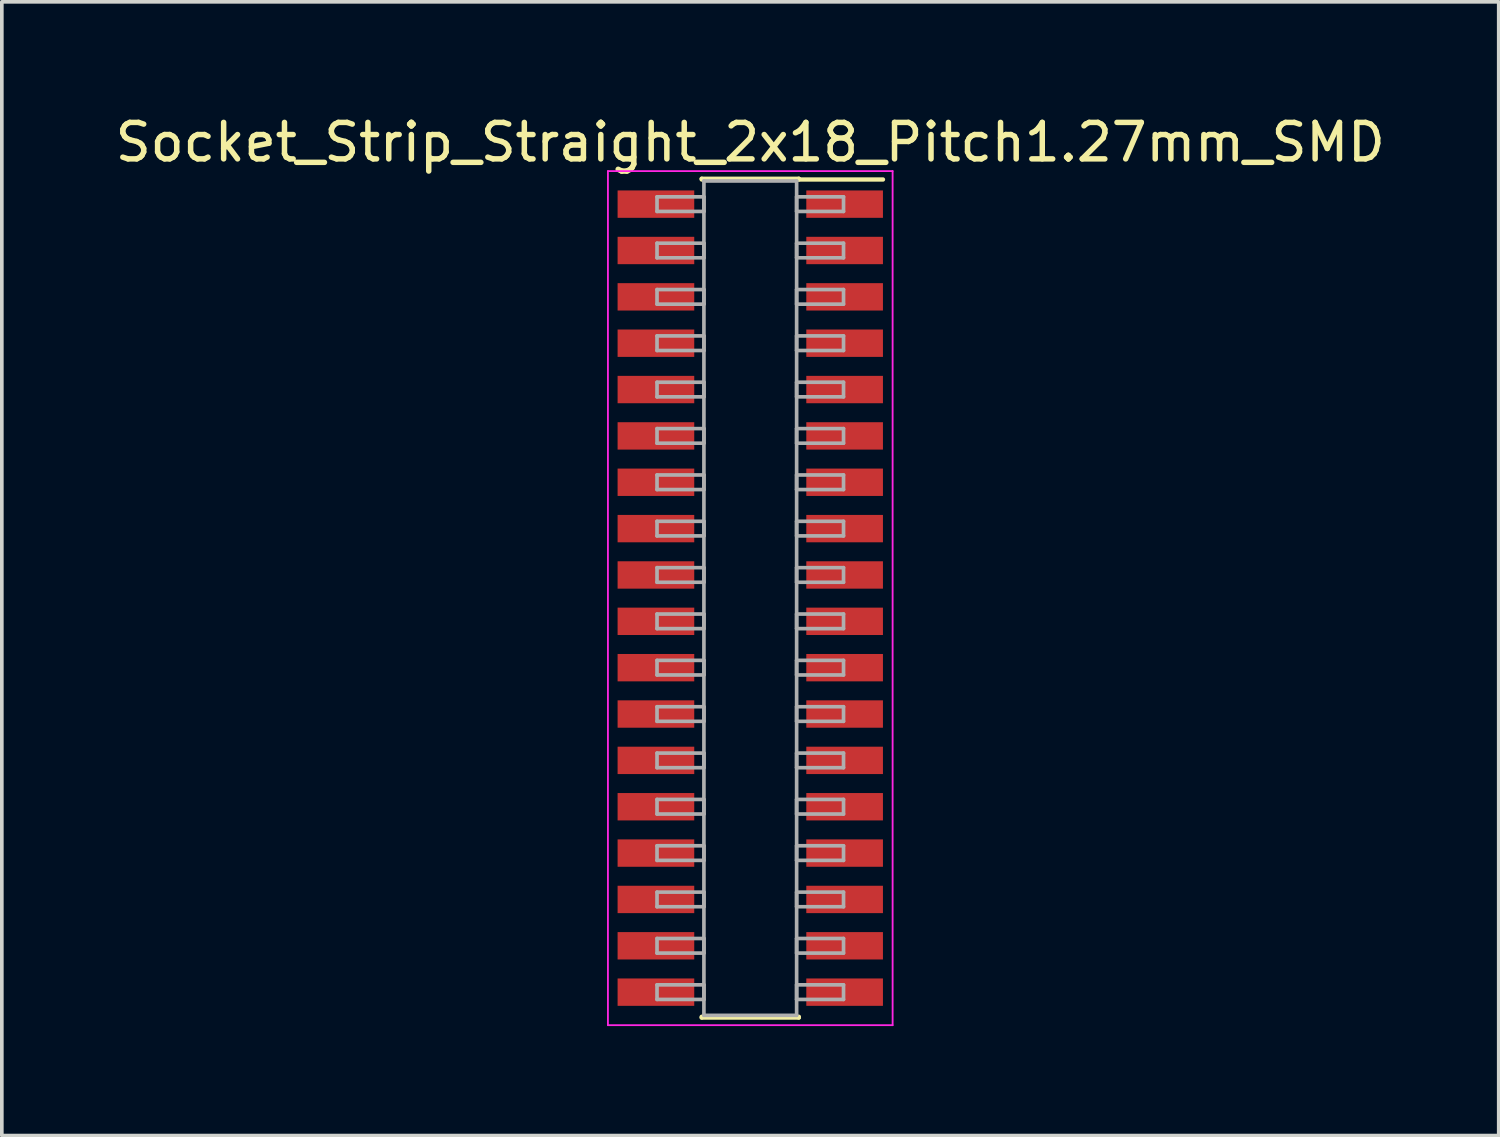
<source format=kicad_pcb>
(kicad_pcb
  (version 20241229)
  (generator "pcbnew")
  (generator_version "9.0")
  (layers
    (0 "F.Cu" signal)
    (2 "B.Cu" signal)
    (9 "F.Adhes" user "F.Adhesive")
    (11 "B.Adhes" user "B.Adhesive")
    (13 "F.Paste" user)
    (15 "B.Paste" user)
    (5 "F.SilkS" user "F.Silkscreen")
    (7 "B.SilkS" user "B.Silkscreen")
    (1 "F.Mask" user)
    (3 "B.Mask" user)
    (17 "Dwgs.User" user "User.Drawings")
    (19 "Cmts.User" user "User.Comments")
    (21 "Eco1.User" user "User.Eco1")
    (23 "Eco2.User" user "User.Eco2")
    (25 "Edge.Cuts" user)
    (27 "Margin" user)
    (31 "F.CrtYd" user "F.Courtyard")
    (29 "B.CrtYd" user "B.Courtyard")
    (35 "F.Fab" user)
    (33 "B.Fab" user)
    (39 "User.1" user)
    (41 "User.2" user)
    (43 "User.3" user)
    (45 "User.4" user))
  (footprint "Socket_Strip_Straight_2x18_Pitch1.27mm_SMD"
    (layer "F.Cu")
    (at 17.506 13.338)
    (property "Reference" "Socket_Strip_Straight_2x18_Pitch1.27mm_SMD" (at 0 -12.49 0) (layer "F.SilkS") (effects (font (size 1 1) (thickness 0.15))))
    (attr smd)
    (fp_line (start -1.33 -11.49) (end 1.33 -11.49) (stroke (width 0.12) (type solid)) (layer "F.SilkS"))
    (fp_line (start -1.33 -11.47) (end -1.33 -11.49) (stroke (width 0.12) (type solid)) (layer "F.SilkS"))
    (fp_line (start -1.33 11.47) (end -1.33 11.49) (stroke (width 0.12) (type solid)) (layer "F.SilkS"))
    (fp_line (start -1.33 11.49) (end 1.33 11.49) (stroke (width 0.12) (type solid)) (layer "F.SilkS"))
    (fp_line (start 1.33 -11.49) (end 1.33 -11.47) (stroke (width 0.12) (type solid)) (layer "F.SilkS"))
    (fp_line (start 1.33 11.49) (end 1.33 11.47) (stroke (width 0.12) (type solid)) (layer "F.SilkS"))
    (fp_line (start 3.635 -11.47) (end 1.33 -11.47) (stroke (width 0.12) (type solid)) (layer "F.SilkS"))
    (fp_line (start -3.9 -11.7) (end -3.9 11.7) (stroke (width 0.05) (type solid)) (layer "F.CrtYd"))
    (fp_line (start -3.9 11.7) (end 3.9 11.7) (stroke (width 0.05) (type solid)) (layer "F.CrtYd"))
    (fp_line (start 3.9 -11.7) (end -3.9 -11.7) (stroke (width 0.05) (type solid)) (layer "F.CrtYd"))
    (fp_line (start 3.9 11.7) (end 3.9 -11.7) (stroke (width 0.05) (type solid)) (layer "F.CrtYd"))
    (fp_line (start -2.555 -10.995) (end -1.27 -10.995) (stroke (width 0.1) (type solid)) (layer "F.Fab"))
    (fp_line (start -2.555 -10.595) (end -2.555 -10.995) (stroke (width 0.1) (type solid)) (layer "F.Fab"))
    (fp_line (start -2.555 -9.725) (end -1.27 -9.725) (stroke (width 0.1) (type solid)) (layer "F.Fab"))
    (fp_line (start -2.555 -9.325) (end -2.555 -9.725) (stroke (width 0.1) (type solid)) (layer "F.Fab"))
    (fp_line (start -2.555 -8.455) (end -1.27 -8.455) (stroke (width 0.1) (type solid)) (layer "F.Fab"))
    (fp_line (start -2.555 -8.055) (end -2.555 -8.455) (stroke (width 0.1) (type solid)) (layer "F.Fab"))
    (fp_line (start -2.555 -7.185) (end -1.27 -7.185) (stroke (width 0.1) (type solid)) (layer "F.Fab"))
    (fp_line (start -2.555 -6.785) (end -2.555 -7.185) (stroke (width 0.1) (type solid)) (layer "F.Fab"))
    (fp_line (start -2.555 -5.915) (end -1.27 -5.915) (stroke (width 0.1) (type solid)) (layer "F.Fab"))
    (fp_line (start -2.555 -5.515) (end -2.555 -5.915) (stroke (width 0.1) (type solid)) (layer "F.Fab"))
    (fp_line (start -2.555 -4.645) (end -1.27 -4.645) (stroke (width 0.1) (type solid)) (layer "F.Fab"))
    (fp_line (start -2.555 -4.245) (end -2.555 -4.645) (stroke (width 0.1) (type solid)) (layer "F.Fab"))
    (fp_line (start -2.555 -3.375) (end -1.27 -3.375) (stroke (width 0.1) (type solid)) (layer "F.Fab"))
    (fp_line (start -2.555 -2.975) (end -2.555 -3.375) (stroke (width 0.1) (type solid)) (layer "F.Fab"))
    (fp_line (start -2.555 -2.105) (end -1.27 -2.105) (stroke (width 0.1) (type solid)) (layer "F.Fab"))
    (fp_line (start -2.555 -1.705) (end -2.555 -2.105) (stroke (width 0.1) (type solid)) (layer "F.Fab"))
    (fp_line (start -2.555 -0.835) (end -1.27 -0.835) (stroke (width 0.1) (type solid)) (layer "F.Fab"))
    (fp_line (start -2.555 -0.435) (end -2.555 -0.835) (stroke (width 0.1) (type solid)) (layer "F.Fab"))
    (fp_line (start -2.555 0.435) (end -1.27 0.435) (stroke (width 0.1) (type solid)) (layer "F.Fab"))
    (fp_line (start -2.555 0.835) (end -2.555 0.435) (stroke (width 0.1) (type solid)) (layer "F.Fab"))
    (fp_line (start -2.555 1.705) (end -1.27 1.705) (stroke (width 0.1) (type solid)) (layer "F.Fab"))
    (fp_line (start -2.555 2.105) (end -2.555 1.705) (stroke (width 0.1) (type solid)) (layer "F.Fab"))
    (fp_line (start -2.555 2.975) (end -1.27 2.975) (stroke (width 0.1) (type solid)) (layer "F.Fab"))
    (fp_line (start -2.555 3.375) (end -2.555 2.975) (stroke (width 0.1) (type solid)) (layer "F.Fab"))
    (fp_line (start -2.555 4.245) (end -1.27 4.245) (stroke (width 0.1) (type solid)) (layer "F.Fab"))
    (fp_line (start -2.555 4.645) (end -2.555 4.245) (stroke (width 0.1) (type solid)) (layer "F.Fab"))
    (fp_line (start -2.555 5.515) (end -1.27 5.515) (stroke (width 0.1) (type solid)) (layer "F.Fab"))
    (fp_line (start -2.555 5.915) (end -2.555 5.515) (stroke (width 0.1) (type solid)) (layer "F.Fab"))
    (fp_line (start -2.555 6.785) (end -1.27 6.785) (stroke (width 0.1) (type solid)) (layer "F.Fab"))
    (fp_line (start -2.555 7.185) (end -2.555 6.785) (stroke (width 0.1) (type solid)) (layer "F.Fab"))
    (fp_line (start -2.555 8.055) (end -1.27 8.055) (stroke (width 0.1) (type solid)) (layer "F.Fab"))
    (fp_line (start -2.555 8.455) (end -2.555 8.055) (stroke (width 0.1) (type solid)) (layer "F.Fab"))
    (fp_line (start -2.555 9.325) (end -1.27 9.325) (stroke (width 0.1) (type solid)) (layer "F.Fab"))
    (fp_line (start -2.555 9.725) (end -2.555 9.325) (stroke (width 0.1) (type solid)) (layer "F.Fab"))
    (fp_line (start -2.555 10.595) (end -1.27 10.595) (stroke (width 0.1) (type solid)) (layer "F.Fab"))
    (fp_line (start -2.555 10.995) (end -2.555 10.595) (stroke (width 0.1) (type solid)) (layer "F.Fab"))
    (fp_line (start -1.27 -11.43) (end -1.27 11.43) (stroke (width 0.1) (type solid)) (layer "F.Fab"))
    (fp_line (start -1.27 -10.995) (end -1.27 -10.595) (stroke (width 0.1) (type solid)) (layer "F.Fab"))
    (fp_line (start -1.27 -10.595) (end -2.555 -10.595) (stroke (width 0.1) (type solid)) (layer "F.Fab"))
    (fp_line (start -1.27 -9.725) (end -1.27 -9.325) (stroke (width 0.1) (type solid)) (layer "F.Fab"))
    (fp_line (start -1.27 -9.325) (end -2.555 -9.325) (stroke (width 0.1) (type solid)) (layer "F.Fab"))
    (fp_line (start -1.27 -8.455) (end -1.27 -8.055) (stroke (width 0.1) (type solid)) (layer "F.Fab"))
    (fp_line (start -1.27 -8.055) (end -2.555 -8.055) (stroke (width 0.1) (type solid)) (layer "F.Fab"))
    (fp_line (start -1.27 -7.185) (end -1.27 -6.785) (stroke (width 0.1) (type solid)) (layer "F.Fab"))
    (fp_line (start -1.27 -6.785) (end -2.555 -6.785) (stroke (width 0.1) (type solid)) (layer "F.Fab"))
    (fp_line (start -1.27 -5.915) (end -1.27 -5.515) (stroke (width 0.1) (type solid)) (layer "F.Fab"))
    (fp_line (start -1.27 -5.515) (end -2.555 -5.515) (stroke (width 0.1) (type solid)) (layer "F.Fab"))
    (fp_line (start -1.27 -4.645) (end -1.27 -4.245) (stroke (width 0.1) (type solid)) (layer "F.Fab"))
    (fp_line (start -1.27 -4.245) (end -2.555 -4.245) (stroke (width 0.1) (type solid)) (layer "F.Fab"))
    (fp_line (start -1.27 -3.375) (end -1.27 -2.975) (stroke (width 0.1) (type solid)) (layer "F.Fab"))
    (fp_line (start -1.27 -2.975) (end -2.555 -2.975) (stroke (width 0.1) (type solid)) (layer "F.Fab"))
    (fp_line (start -1.27 -2.105) (end -1.27 -1.705) (stroke (width 0.1) (type solid)) (layer "F.Fab"))
    (fp_line (start -1.27 -1.705) (end -2.555 -1.705) (stroke (width 0.1) (type solid)) (layer "F.Fab"))
    (fp_line (start -1.27 -0.835) (end -1.27 -0.435) (stroke (width 0.1) (type solid)) (layer "F.Fab"))
    (fp_line (start -1.27 -0.435) (end -2.555 -0.435) (stroke (width 0.1) (type solid)) (layer "F.Fab"))
    (fp_line (start -1.27 0.435) (end -1.27 0.835) (stroke (width 0.1) (type solid)) (layer "F.Fab"))
    (fp_line (start -1.27 0.835) (end -2.555 0.835) (stroke (width 0.1) (type solid)) (layer "F.Fab"))
    (fp_line (start -1.27 1.705) (end -1.27 2.105) (stroke (width 0.1) (type solid)) (layer "F.Fab"))
    (fp_line (start -1.27 2.105) (end -2.555 2.105) (stroke (width 0.1) (type solid)) (layer "F.Fab"))
    (fp_line (start -1.27 2.975) (end -1.27 3.375) (stroke (width 0.1) (type solid)) (layer "F.Fab"))
    (fp_line (start -1.27 3.375) (end -2.555 3.375) (stroke (width 0.1) (type solid)) (layer "F.Fab"))
    (fp_line (start -1.27 4.245) (end -1.27 4.645) (stroke (width 0.1) (type solid)) (layer "F.Fab"))
    (fp_line (start -1.27 4.645) (end -2.555 4.645) (stroke (width 0.1) (type solid)) (layer "F.Fab"))
    (fp_line (start -1.27 5.515) (end -1.27 5.915) (stroke (width 0.1) (type solid)) (layer "F.Fab"))
    (fp_line (start -1.27 5.915) (end -2.555 5.915) (stroke (width 0.1) (type solid)) (layer "F.Fab"))
    (fp_line (start -1.27 6.785) (end -1.27 7.185) (stroke (width 0.1) (type solid)) (layer "F.Fab"))
    (fp_line (start -1.27 7.185) (end -2.555 7.185) (stroke (width 0.1) (type solid)) (layer "F.Fab"))
    (fp_line (start -1.27 8.055) (end -1.27 8.455) (stroke (width 0.1) (type solid)) (layer "F.Fab"))
    (fp_line (start -1.27 8.455) (end -2.555 8.455) (stroke (width 0.1) (type solid)) (layer "F.Fab"))
    (fp_line (start -1.27 9.325) (end -1.27 9.725) (stroke (width 0.1) (type solid)) (layer "F.Fab"))
    (fp_line (start -1.27 9.725) (end -2.555 9.725) (stroke (width 0.1) (type solid)) (layer "F.Fab"))
    (fp_line (start -1.27 10.595) (end -1.27 10.995) (stroke (width 0.1) (type solid)) (layer "F.Fab"))
    (fp_line (start -1.27 10.995) (end -2.555 10.995) (stroke (width 0.1) (type solid)) (layer "F.Fab"))
    (fp_line (start -1.27 11.43) (end 1.27 11.43) (stroke (width 0.1) (type solid)) (layer "F.Fab"))
    (fp_line (start 1.27 -11.43) (end -1.27 -11.43) (stroke (width 0.1) (type solid)) (layer "F.Fab"))
    (fp_line (start 1.27 -10.995) (end 1.27 -10.595) (stroke (width 0.1) (type solid)) (layer "F.Fab"))
    (fp_line (start 1.27 -10.595) (end 2.555 -10.595) (stroke (width 0.1) (type solid)) (layer "F.Fab"))
    (fp_line (start 1.27 -9.725) (end 1.27 -9.325) (stroke (width 0.1) (type solid)) (layer "F.Fab"))
    (fp_line (start 1.27 -9.325) (end 2.555 -9.325) (stroke (width 0.1) (type solid)) (layer "F.Fab"))
    (fp_line (start 1.27 -8.455) (end 1.27 -8.055) (stroke (width 0.1) (type solid)) (layer "F.Fab"))
    (fp_line (start 1.27 -8.055) (end 2.555 -8.055) (stroke (width 0.1) (type solid)) (layer "F.Fab"))
    (fp_line (start 1.27 -7.185) (end 1.27 -6.785) (stroke (width 0.1) (type solid)) (layer "F.Fab"))
    (fp_line (start 1.27 -6.785) (end 2.555 -6.785) (stroke (width 0.1) (type solid)) (layer "F.Fab"))
    (fp_line (start 1.27 -5.915) (end 1.27 -5.515) (stroke (width 0.1) (type solid)) (layer "F.Fab"))
    (fp_line (start 1.27 -5.515) (end 2.555 -5.515) (stroke (width 0.1) (type solid)) (layer "F.Fab"))
    (fp_line (start 1.27 -4.645) (end 1.27 -4.245) (stroke (width 0.1) (type solid)) (layer "F.Fab"))
    (fp_line (start 1.27 -4.245) (end 2.555 -4.245) (stroke (width 0.1) (type solid)) (layer "F.Fab"))
    (fp_line (start 1.27 -3.375) (end 1.27 -2.975) (stroke (width 0.1) (type solid)) (layer "F.Fab"))
    (fp_line (start 1.27 -2.975) (end 2.555 -2.975) (stroke (width 0.1) (type solid)) (layer "F.Fab"))
    (fp_line (start 1.27 -2.105) (end 1.27 -1.705) (stroke (width 0.1) (type solid)) (layer "F.Fab"))
    (fp_line (start 1.27 -1.705) (end 2.555 -1.705) (stroke (width 0.1) (type solid)) (layer "F.Fab"))
    (fp_line (start 1.27 -0.835) (end 1.27 -0.435) (stroke (width 0.1) (type solid)) (layer "F.Fab"))
    (fp_line (start 1.27 -0.435) (end 2.555 -0.435) (stroke (width 0.1) (type solid)) (layer "F.Fab"))
    (fp_line (start 1.27 0.435) (end 1.27 0.835) (stroke (width 0.1) (type solid)) (layer "F.Fab"))
    (fp_line (start 1.27 0.835) (end 2.555 0.835) (stroke (width 0.1) (type solid)) (layer "F.Fab"))
    (fp_line (start 1.27 1.705) (end 1.27 2.105) (stroke (width 0.1) (type solid)) (layer "F.Fab"))
    (fp_line (start 1.27 2.105) (end 2.555 2.105) (stroke (width 0.1) (type solid)) (layer "F.Fab"))
    (fp_line (start 1.27 2.975) (end 1.27 3.375) (stroke (width 0.1) (type solid)) (layer "F.Fab"))
    (fp_line (start 1.27 3.375) (end 2.555 3.375) (stroke (width 0.1) (type solid)) (layer "F.Fab"))
    (fp_line (start 1.27 4.245) (end 1.27 4.645) (stroke (width 0.1) (type solid)) (layer "F.Fab"))
    (fp_line (start 1.27 4.645) (end 2.555 4.645) (stroke (width 0.1) (type solid)) (layer "F.Fab"))
    (fp_line (start 1.27 5.515) (end 1.27 5.915) (stroke (width 0.1) (type solid)) (layer "F.Fab"))
    (fp_line (start 1.27 5.915) (end 2.555 5.915) (stroke (width 0.1) (type solid)) (layer "F.Fab"))
    (fp_line (start 1.27 6.785) (end 1.27 7.185) (stroke (width 0.1) (type solid)) (layer "F.Fab"))
    (fp_line (start 1.27 7.185) (end 2.555 7.185) (stroke (width 0.1) (type solid)) (layer "F.Fab"))
    (fp_line (start 1.27 8.055) (end 1.27 8.455) (stroke (width 0.1) (type solid)) (layer "F.Fab"))
    (fp_line (start 1.27 8.455) (end 2.555 8.455) (stroke (width 0.1) (type solid)) (layer "F.Fab"))
    (fp_line (start 1.27 9.325) (end 1.27 9.725) (stroke (width 0.1) (type solid)) (layer "F.Fab"))
    (fp_line (start 1.27 9.725) (end 2.555 9.725) (stroke (width 0.1) (type solid)) (layer "F.Fab"))
    (fp_line (start 1.27 10.595) (end 1.27 10.995) (stroke (width 0.1) (type solid)) (layer "F.Fab"))
    (fp_line (start 1.27 10.995) (end 2.555 10.995) (stroke (width 0.1) (type solid)) (layer "F.Fab"))
    (fp_line (start 1.27 11.43) (end 1.27 -11.43) (stroke (width 0.1) (type solid)) (layer "F.Fab"))
    (fp_line (start 2.555 -10.995) (end 1.27 -10.995) (stroke (width 0.1) (type solid)) (layer "F.Fab"))
    (fp_line (start 2.555 -10.595) (end 2.555 -10.995) (stroke (width 0.1) (type solid)) (layer "F.Fab"))
    (fp_line (start 2.555 -9.725) (end 1.27 -9.725) (stroke (width 0.1) (type solid)) (layer "F.Fab"))
    (fp_line (start 2.555 -9.325) (end 2.555 -9.725) (stroke (width 0.1) (type solid)) (layer "F.Fab"))
    (fp_line (start 2.555 -8.455) (end 1.27 -8.455) (stroke (width 0.1) (type solid)) (layer "F.Fab"))
    (fp_line (start 2.555 -8.055) (end 2.555 -8.455) (stroke (width 0.1) (type solid)) (layer "F.Fab"))
    (fp_line (start 2.555 -7.185) (end 1.27 -7.185) (stroke (width 0.1) (type solid)) (layer "F.Fab"))
    (fp_line (start 2.555 -6.785) (end 2.555 -7.185) (stroke (width 0.1) (type solid)) (layer "F.Fab"))
    (fp_line (start 2.555 -5.915) (end 1.27 -5.915) (stroke (width 0.1) (type solid)) (layer "F.Fab"))
    (fp_line (start 2.555 -5.515) (end 2.555 -5.915) (stroke (width 0.1) (type solid)) (layer "F.Fab"))
    (fp_line (start 2.555 -4.645) (end 1.27 -4.645) (stroke (width 0.1) (type solid)) (layer "F.Fab"))
    (fp_line (start 2.555 -4.245) (end 2.555 -4.645) (stroke (width 0.1) (type solid)) (layer "F.Fab"))
    (fp_line (start 2.555 -3.375) (end 1.27 -3.375) (stroke (width 0.1) (type solid)) (layer "F.Fab"))
    (fp_line (start 2.555 -2.975) (end 2.555 -3.375) (stroke (width 0.1) (type solid)) (layer "F.Fab"))
    (fp_line (start 2.555 -2.105) (end 1.27 -2.105) (stroke (width 0.1) (type solid)) (layer "F.Fab"))
    (fp_line (start 2.555 -1.705) (end 2.555 -2.105) (stroke (width 0.1) (type solid)) (layer "F.Fab"))
    (fp_line (start 2.555 -0.835) (end 1.27 -0.835) (stroke (width 0.1) (type solid)) (layer "F.Fab"))
    (fp_line (start 2.555 -0.435) (end 2.555 -0.835) (stroke (width 0.1) (type solid)) (layer "F.Fab"))
    (fp_line (start 2.555 0.435) (end 1.27 0.435) (stroke (width 0.1) (type solid)) (layer "F.Fab"))
    (fp_line (start 2.555 0.835) (end 2.555 0.435) (stroke (width 0.1) (type solid)) (layer "F.Fab"))
    (fp_line (start 2.555 1.705) (end 1.27 1.705) (stroke (width 0.1) (type solid)) (layer "F.Fab"))
    (fp_line (start 2.555 2.105) (end 2.555 1.705) (stroke (width 0.1) (type solid)) (layer "F.Fab"))
    (fp_line (start 2.555 2.975) (end 1.27 2.975) (stroke (width 0.1) (type solid)) (layer "F.Fab"))
    (fp_line (start 2.555 3.375) (end 2.555 2.975) (stroke (width 0.1) (type solid)) (layer "F.Fab"))
    (fp_line (start 2.555 4.245) (end 1.27 4.245) (stroke (width 0.1) (type solid)) (layer "F.Fab"))
    (fp_line (start 2.555 4.645) (end 2.555 4.245) (stroke (width 0.1) (type solid)) (layer "F.Fab"))
    (fp_line (start 2.555 5.515) (end 1.27 5.515) (stroke (width 0.1) (type solid)) (layer "F.Fab"))
    (fp_line (start 2.555 5.915) (end 2.555 5.515) (stroke (width 0.1) (type solid)) (layer "F.Fab"))
    (fp_line (start 2.555 6.785) (end 1.27 6.785) (stroke (width 0.1) (type solid)) (layer "F.Fab"))
    (fp_line (start 2.555 7.185) (end 2.555 6.785) (stroke (width 0.1) (type solid)) (layer "F.Fab"))
    (fp_line (start 2.555 8.055) (end 1.27 8.055) (stroke (width 0.1) (type solid)) (layer "F.Fab"))
    (fp_line (start 2.555 8.455) (end 2.555 8.055) (stroke (width 0.1) (type solid)) (layer "F.Fab"))
    (fp_line (start 2.555 9.325) (end 1.27 9.325) (stroke (width 0.1) (type solid)) (layer "F.Fab"))
    (fp_line (start 2.555 9.725) (end 2.555 9.325) (stroke (width 0.1) (type solid)) (layer "F.Fab"))
    (fp_line (start 2.555 10.595) (end 1.27 10.595) (stroke (width 0.1) (type solid)) (layer "F.Fab"))
    (fp_line (start 2.555 10.995) (end 2.555 10.595) (stroke (width 0.1) (type solid)) (layer "F.Fab"))
    (pad "1" smd rect (at 2.585 -10.795) (size 2.1 0.75) (layers "F.Cu" "F.Mask"))
    (pad "2" smd rect (at -2.585 -10.795) (size 2.1 0.75) (layers "F.Cu" "F.Mask"))
    (pad "3" smd rect (at 2.585 -9.525) (size 2.1 0.75) (layers "F.Cu" "F.Mask"))
    (pad "4" smd rect (at -2.585 -9.525) (size 2.1 0.75) (layers "F.Cu" "F.Mask"))
    (pad "5" smd rect (at 2.585 -8.255) (size 2.1 0.75) (layers "F.Cu" "F.Mask"))
    (pad "6" smd rect (at -2.585 -8.255) (size 2.1 0.75) (layers "F.Cu" "F.Mask"))
    (pad "7" smd rect (at 2.585 -6.985) (size 2.1 0.75) (layers "F.Cu" "F.Mask"))
    (pad "8" smd rect (at -2.585 -6.985) (size 2.1 0.75) (layers "F.Cu" "F.Mask"))
    (pad "9" smd rect (at 2.585 -5.715) (size 2.1 0.75) (layers "F.Cu" "F.Mask"))
    (pad "10" smd rect (at -2.585 -5.715) (size 2.1 0.75) (layers "F.Cu" "F.Mask"))
    (pad "11" smd rect (at 2.585 -4.445) (size 2.1 0.75) (layers "F.Cu" "F.Mask"))
    (pad "12" smd rect (at -2.585 -4.445) (size 2.1 0.75) (layers "F.Cu" "F.Mask"))
    (pad "13" smd rect (at 2.585 -3.175) (size 2.1 0.75) (layers "F.Cu" "F.Mask"))
    (pad "14" smd rect (at -2.585 -3.175) (size 2.1 0.75) (layers "F.Cu" "F.Mask"))
    (pad "15" smd rect (at 2.585 -1.905) (size 2.1 0.75) (layers "F.Cu" "F.Mask"))
    (pad "16" smd rect (at -2.585 -1.905) (size 2.1 0.75) (layers "F.Cu" "F.Mask"))
    (pad "17" smd rect (at 2.585 -0.635) (size 2.1 0.75) (layers "F.Cu" "F.Mask"))
    (pad "18" smd rect (at -2.585 -0.635) (size 2.1 0.75) (layers "F.Cu" "F.Mask"))
    (pad "19" smd rect (at 2.585 0.635) (size 2.1 0.75) (layers "F.Cu" "F.Mask"))
    (pad "20" smd rect (at -2.585 0.635) (size 2.1 0.75) (layers "F.Cu" "F.Mask"))
    (pad "21" smd rect (at 2.585 1.905) (size 2.1 0.75) (layers "F.Cu" "F.Mask"))
    (pad "22" smd rect (at -2.585 1.905) (size 2.1 0.75) (layers "F.Cu" "F.Mask"))
    (pad "23" smd rect (at 2.585 3.175) (size 2.1 0.75) (layers "F.Cu" "F.Mask"))
    (pad "24" smd rect (at -2.585 3.175) (size 2.1 0.75) (layers "F.Cu" "F.Mask"))
    (pad "25" smd rect (at 2.585 4.445) (size 2.1 0.75) (layers "F.Cu" "F.Mask"))
    (pad "26" smd rect (at -2.585 4.445) (size 2.1 0.75) (layers "F.Cu" "F.Mask"))
    (pad "27" smd rect (at 2.585 5.715) (size 2.1 0.75) (layers "F.Cu" "F.Mask"))
    (pad "28" smd rect (at -2.585 5.715) (size 2.1 0.75) (layers "F.Cu" "F.Mask"))
    (pad "29" smd rect (at 2.585 6.985) (size 2.1 0.75) (layers "F.Cu" "F.Mask"))
    (pad "30" smd rect (at -2.585 6.985) (size 2.1 0.75) (layers "F.Cu" "F.Mask"))
    (pad "31" smd rect (at 2.585 8.255) (size 2.1 0.75) (layers "F.Cu" "F.Mask"))
    (pad "32" smd rect (at -2.585 8.255) (size 2.1 0.75) (layers "F.Cu" "F.Mask"))
    (pad "33" smd rect (at 2.585 9.525) (size 2.1 0.75) (layers "F.Cu" "F.Mask"))
    (pad "34" smd rect (at -2.585 9.525) (size 2.1 0.75) (layers "F.Cu" "F.Mask"))
    (pad "35" smd rect (at 2.585 10.795) (size 2.1 0.75) (layers "F.Cu" "F.Mask"))
    (pad "36" smd rect (at -2.585 10.795) (size 2.1 0.75) (layers "F.Cu" "F.Mask")))
  (gr_rect
    (start -3 -3)
    (end 38.012 28.063)
    (stroke (width 0.1) (type default))
    (fill no)
    (layer "Edge.Cuts")))
</source>
